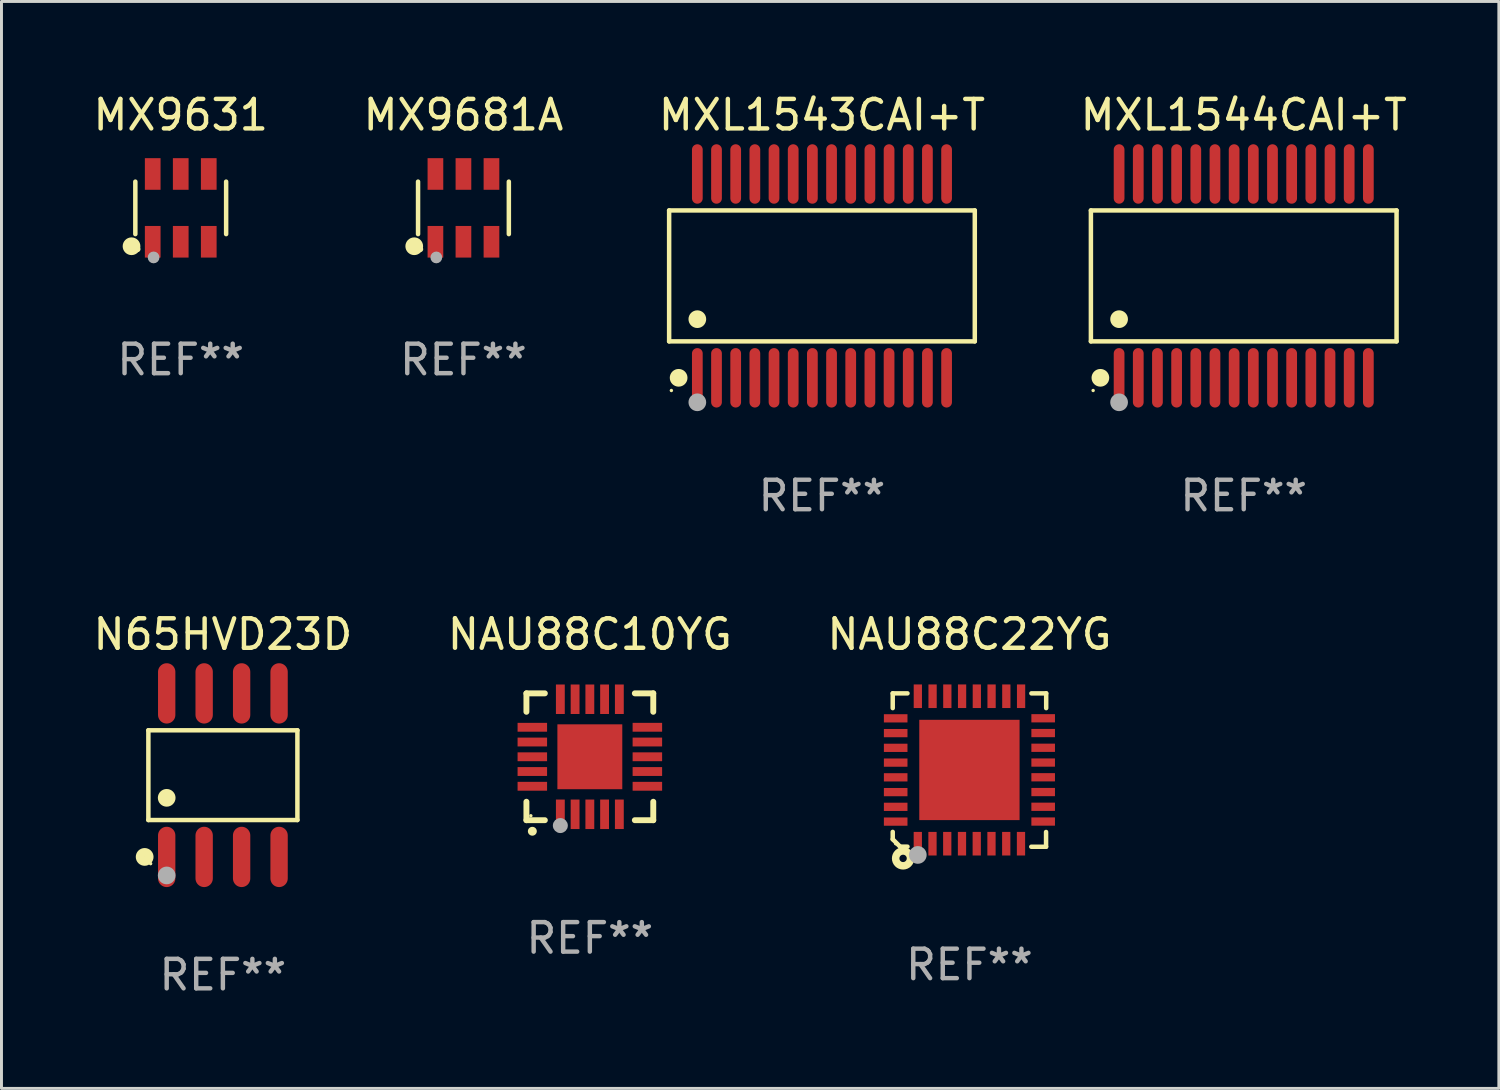
<source format=kicad_pcb>
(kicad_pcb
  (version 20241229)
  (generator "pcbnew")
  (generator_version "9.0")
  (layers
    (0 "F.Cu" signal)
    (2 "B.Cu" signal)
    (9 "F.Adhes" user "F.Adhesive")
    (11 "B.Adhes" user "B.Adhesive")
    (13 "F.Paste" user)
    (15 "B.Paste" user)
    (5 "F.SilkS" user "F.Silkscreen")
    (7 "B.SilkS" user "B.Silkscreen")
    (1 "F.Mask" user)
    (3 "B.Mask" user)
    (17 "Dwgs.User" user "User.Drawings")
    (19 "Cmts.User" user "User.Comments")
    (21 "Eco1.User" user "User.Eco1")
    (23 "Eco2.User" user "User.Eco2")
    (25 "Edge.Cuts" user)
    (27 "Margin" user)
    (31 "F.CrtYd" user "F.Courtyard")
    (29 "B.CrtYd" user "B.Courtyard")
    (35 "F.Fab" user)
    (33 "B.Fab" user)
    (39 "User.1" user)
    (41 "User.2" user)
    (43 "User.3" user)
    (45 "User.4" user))
  (footprint "MXL1544CAI+T"
    (layer "F.Cu")
    (at 39.113 6.303)
    (property "Reference" "MXL1544CAI+T" (at 0 -5.455 0) (layer "F.SilkS") (effects (font (size 1 1) (thickness 0.15))))
    (attr through_hole)
    (fp_line (start -5.181 -2.219) (end 5.181 -2.219) (stroke (width 0.152) (type solid)) (layer "F.SilkS"))
    (fp_line (start -5.181 2.219) (end -5.181 -2.219) (stroke (width 0.152) (type solid)) (layer "F.SilkS"))
    (fp_line (start 5.181 -2.219) (end 5.181 2.219) (stroke (width 0.152) (type solid)) (layer "F.SilkS"))
    (fp_line (start 5.181 2.219) (end -5.181 2.219) (stroke (width 0.152) (type solid)) (layer "F.SilkS"))
    (fp_circle (center -5.105 3.885) (end -5.075 3.885) (stroke (width 0.06) (type solid)) (fill no) (layer "F.SilkS"))
    (fp_circle (center -4.859 3.455) (end -4.709 3.455) (stroke (width 0.3) (type solid)) (fill no) (layer "F.SilkS"))
    (fp_circle (center -4.225 1.467) (end -4.075 1.467) (stroke (width 0.3) (type solid)) (fill no) (layer "F.SilkS"))
    (fp_circle (center -4.225 4.285) (end -4.075 4.285) (stroke (width 0.3) (type solid)) (fill no) (layer "F.Fab"))
    (fp_text user "REF**" (at 0 7.455 0) (layer "F.Fab") (effects (font (size 1 1) (thickness 0.15))))
    (pad "1" smd oval (at -4.225 3.455) (size 0.364 2.015) (layers "F.Cu" "F.Mask" "F.Paste"))
    (pad "2" smd oval (at -3.575 3.455) (size 0.364 2.015) (layers "F.Cu" "F.Mask" "F.Paste"))
    (pad "3" smd oval (at -2.925 3.455) (size 0.364 2.015) (layers "F.Cu" "F.Mask" "F.Paste"))
    (pad "4" smd oval (at -2.275 3.455) (size 0.364 2.015) (layers "F.Cu" "F.Mask" "F.Paste"))
    (pad "5" smd oval (at -1.625 3.455) (size 0.364 2.015) (layers "F.Cu" "F.Mask" "F.Paste"))
    (pad "6" smd oval (at -0.975 3.455) (size 0.364 2.015) (layers "F.Cu" "F.Mask" "F.Paste"))
    (pad "7" smd oval (at -0.325 3.455) (size 0.364 2.015) (layers "F.Cu" "F.Mask" "F.Paste"))
    (pad "8" smd oval (at 0.325 3.455) (size 0.364 2.015) (layers "F.Cu" "F.Mask" "F.Paste"))
    (pad "9" smd oval (at 0.975 3.455) (size 0.364 2.015) (layers "F.Cu" "F.Mask" "F.Paste"))
    (pad "10" smd oval (at 1.625 3.455) (size 0.364 2.015) (layers "F.Cu" "F.Mask" "F.Paste"))
    (pad "11" smd oval (at 2.275 3.455) (size 0.364 2.015) (layers "F.Cu" "F.Mask" "F.Paste"))
    (pad "12" smd oval (at 2.925 3.455) (size 0.364 2.015) (layers "F.Cu" "F.Mask" "F.Paste"))
    (pad "13" smd oval (at 3.575 3.455) (size 0.364 2.015) (layers "F.Cu" "F.Mask" "F.Paste"))
    (pad "14" smd oval (at 4.225 3.455) (size 0.364 2.015) (layers "F.Cu" "F.Mask" "F.Paste"))
    (pad "15" smd oval (at 4.225 -3.455) (size 0.364 2.015) (layers "F.Cu" "F.Mask" "F.Paste"))
    (pad "16" smd oval (at 3.575 -3.455) (size 0.364 2.015) (layers "F.Cu" "F.Mask" "F.Paste"))
    (pad "17" smd oval (at 2.925 -3.455) (size 0.364 2.015) (layers "F.Cu" "F.Mask" "F.Paste"))
    (pad "18" smd oval (at 2.275 -3.455) (size 0.364 2.015) (layers "F.Cu" "F.Mask" "F.Paste"))
    (pad "19" smd oval (at 1.625 -3.455) (size 0.364 2.015) (layers "F.Cu" "F.Mask" "F.Paste"))
    (pad "20" smd oval (at 0.975 -3.455) (size 0.364 2.015) (layers "F.Cu" "F.Mask" "F.Paste"))
    (pad "21" smd oval (at 0.325 -3.455) (size 0.364 2.015) (layers "F.Cu" "F.Mask" "F.Paste"))
    (pad "22" smd oval (at -0.325 -3.455) (size 0.364 2.015) (layers "F.Cu" "F.Mask" "F.Paste"))
    (pad "23" smd oval (at -0.975 -3.455) (size 0.364 2.015) (layers "F.Cu" "F.Mask" "F.Paste"))
    (pad "24" smd oval (at -1.625 -3.455) (size 0.364 2.015) (layers "F.Cu" "F.Mask" "F.Paste"))
    (pad "25" smd oval (at -2.275 -3.455) (size 0.364 2.015) (layers "F.Cu" "F.Mask" "F.Paste"))
    (pad "26" smd oval (at -2.925 -3.455) (size 0.364 2.015) (layers "F.Cu" "F.Mask" "F.Paste"))
    (pad "27" smd oval (at -3.575 -3.455) (size 0.364 2.015) (layers "F.Cu" "F.Mask" "F.Paste"))
    (pad "28" smd oval (at -4.225 -3.455) (size 0.364 2.015) (layers "F.Cu" "F.Mask" "F.Paste")))
  (footprint "NAU88C22YG"
    (layer "F.Cu")
    (at 29.815 23.055)
    (property "Reference" "NAU88C22YG" (at 0 -4.6 0) (layer "F.SilkS") (effects (font (size 1 1) (thickness 0.15))))
    (attr through_hole)
    (fp_line (start -2.601 2.097) (end -2.601 2.347) (stroke (width 0.152) (type solid)) (layer "F.SilkS"))
    (fp_line (start -2.601 2.347) (end -2.351 2.597) (stroke (width 0.152) (type solid)) (layer "F.SilkS"))
    (fp_line (start -2.601 -2.6) (end -2.601 -2.1) (stroke (width 0.152) (type solid)) (layer "F.SilkS"))
    (fp_line (start -2.601 -2.6) (end -2.101 -2.6) (stroke (width 0.152) (type solid)) (layer "F.SilkS"))
    (fp_line (start -2.351 2.597) (end -2.101 2.597) (stroke (width 0.152) (type solid)) (layer "F.SilkS"))
    (fp_line (start 2.597 2.6) (end 2.097 2.6) (stroke (width 0.152) (type solid)) (layer "F.SilkS"))
    (fp_line (start 2.597 2.6) (end 2.597 2.1) (stroke (width 0.152) (type solid)) (layer "F.SilkS"))
    (fp_line (start 2.601 -2.6) (end 2.101 -2.6) (stroke (width 0.152) (type solid)) (layer "F.SilkS"))
    (fp_line (start 2.601 -2.6) (end 2.601 -2.1) (stroke (width 0.152) (type solid)) (layer "F.SilkS"))
    (fp_circle (center -2.501 2.497) (end -2.471 2.497) (stroke (width 0.06) (type solid)) (fill no) (layer "F.SilkS"))
    (fp_circle (center -2.25 2.995) (end -2.125 2.995) (stroke (width 0.254) (type solid)) (fill no) (layer "F.SilkS"))
    (fp_circle (center -1.751 2.878) (end -1.601 2.878) (stroke (width 0.3) (type solid)) (fill no) (layer "F.Fab"))
    (fp_text user "REF**" (at 0 6.6 0) (layer "F.Fab") (effects (font (size 1 1) (thickness 0.15))))
    (pad "1" smd rect (at -1.751 2.497) (size 0.28 0.8) (layers "F.Cu" "F.Mask" "F.Paste"))
    (pad "2" smd rect (at -1.253 2.497) (size 0.28 0.8) (layers "F.Cu" "F.Mask" "F.Paste"))
    (pad "3" smd rect (at -0.753 2.497) (size 0.28 0.8) (layers "F.Cu" "F.Mask" "F.Paste"))
    (pad "4" smd rect (at -0.253 2.497) (size 0.28 0.8) (layers "F.Cu" "F.Mask" "F.Paste"))
    (pad "5" smd rect (at 0.247 2.497) (size 0.28 0.8) (layers "F.Cu" "F.Mask" "F.Paste"))
    (pad "6" smd rect (at 0.747 2.497) (size 0.28 0.8) (layers "F.Cu" "F.Mask" "F.Paste"))
    (pad "7" smd rect (at 1.247 2.497) (size 0.28 0.8) (layers "F.Cu" "F.Mask" "F.Paste"))
    (pad "8" smd rect (at 1.747 2.497) (size 0.28 0.8) (layers "F.Cu" "F.Mask" "F.Paste"))
    (pad "9" smd rect (at 2.499 1.746) (size 0.8 0.28) (layers "F.Cu" "F.Mask" "F.Paste"))
    (pad "10" smd rect (at 2.499 1.245) (size 0.8 0.28) (layers "F.Cu" "F.Mask" "F.Paste"))
    (pad "11" smd rect (at 2.499 0.746) (size 0.8 0.28) (layers "F.Cu" "F.Mask" "F.Paste"))
    (pad "12" smd rect (at 2.499 0.245) (size 0.8 0.28) (layers "F.Cu" "F.Mask" "F.Paste"))
    (pad "13" smd rect (at 2.499 -0.254) (size 0.8 0.28) (layers "F.Cu" "F.Mask" "F.Paste"))
    (pad "14" smd rect (at 2.499 -0.755) (size 0.8 0.28) (layers "F.Cu" "F.Mask" "F.Paste"))
    (pad "15" smd rect (at 2.499 -1.254) (size 0.8 0.28) (layers "F.Cu" "F.Mask" "F.Paste"))
    (pad "16" smd rect (at 2.499 -1.755) (size 0.8 0.28) (layers "F.Cu" "F.Mask" "F.Paste"))
    (pad "17" smd rect (at 1.75 -2.502) (size 0.28 0.8) (layers "F.Cu" "F.Mask" "F.Paste"))
    (pad "18" smd rect (at 1.25 -2.502) (size 0.28 0.8) (layers "F.Cu" "F.Mask" "F.Paste"))
    (pad "19" smd rect (at 0.75 -2.502) (size 0.28 0.8) (layers "F.Cu" "F.Mask" "F.Paste"))
    (pad "20" smd rect (at 0.25 -2.502) (size 0.28 0.8) (layers "F.Cu" "F.Mask" "F.Paste"))
    (pad "21" smd rect (at -0.25 -2.502) (size 0.28 0.8) (layers "F.Cu" "F.Mask" "F.Paste"))
    (pad "22" smd rect (at -0.75 -2.502) (size 0.28 0.8) (layers "F.Cu" "F.Mask" "F.Paste"))
    (pad "23" smd rect (at -1.25 -2.502) (size 0.28 0.8) (layers "F.Cu" "F.Mask" "F.Paste"))
    (pad "24" smd rect (at -1.75 -2.502) (size 0.28 0.8) (layers "F.Cu" "F.Mask" "F.Paste"))
    (pad "25" smd rect (at -2.501 -1.753) (size 0.8 0.28) (layers "F.Cu" "F.Mask" "F.Paste"))
    (pad "26" smd rect (at -2.501 -1.252) (size 0.8 0.28) (layers "F.Cu" "F.Mask" "F.Paste"))
    (pad "27" smd rect (at -2.501 -0.753) (size 0.8 0.28) (layers "F.Cu" "F.Mask" "F.Paste"))
    (pad "28" smd rect (at -2.501 -0.252) (size 0.8 0.28) (layers "F.Cu" "F.Mask" "F.Paste"))
    (pad "29" smd rect (at -2.501 0.247) (size 0.8 0.28) (layers "F.Cu" "F.Mask" "F.Paste"))
    (pad "30" smd rect (at -2.501 0.748) (size 0.8 0.28) (layers "F.Cu" "F.Mask" "F.Paste"))
    (pad "31" smd rect (at -2.501 1.247) (size 0.8 0.28) (layers "F.Cu" "F.Mask" "F.Paste"))
    (pad "32" smd rect (at -2.501 1.748) (size 0.8 0.28) (layers "F.Cu" "F.Mask" "F.Paste"))
    (pad "33" smd rect (at -0.001 -0.003 180) (size 3.4 3.4) (layers "F.Cu" "F.Mask" "F.Paste")))
  (footprint "NAU88C10YG"
    (layer "F.Cu")
    (at 16.946 22.605)
    (property "Reference" "NAU88C10YG" (at 0 -4.15 0) (layer "F.SilkS") (effects (font (size 1 1) (thickness 0.15))))
    (attr through_hole)
    (fp_line (start -2.15 -2.15) (end -2.15 -1.525) (stroke (width 0.2) (type solid)) (layer "F.SilkS"))
    (fp_line (start -2.15 2.15) (end -2.15 1.525) (stroke (width 0.2) (type solid)) (layer "F.SilkS"))
    (fp_line (start -1.525 -2.15) (end -2.15 -2.15) (stroke (width 0.2) (type solid)) (layer "F.SilkS"))
    (fp_line (start -1.525 2.15) (end -2.15 2.15) (stroke (width 0.2) (type solid)) (layer "F.SilkS"))
    (fp_line (start 1.525 2.15) (end 2.15 2.15) (stroke (width 0.2) (type solid)) (layer "F.SilkS"))
    (fp_line (start 2.15 -2.15) (end 1.525 -2.15) (stroke (width 0.2) (type solid)) (layer "F.SilkS"))
    (fp_line (start 2.15 -1.525) (end 2.15 -2.15) (stroke (width 0.2) (type solid)) (layer "F.SilkS"))
    (fp_line (start 2.15 2.15) (end 2.15 1.525) (stroke (width 0.2) (type solid)) (layer "F.SilkS"))
    (fp_arc (start -1.950724 2.524765) (mid -1.949454 2.52476) (end -1.948184 2.524765) (stroke (width 0.3) (type solid)) (layer "F.SilkS"))
    (fp_circle (center -2 2) (end -1.97 2) (stroke (width 0.06) (type solid)) (fill no) (layer "F.SilkS"))
    (fp_circle (center -1 2.332) (end -0.873 2.332) (stroke (width 0.254) (type solid)) (fill no) (layer "F.Fab"))
    (fp_text user "REF**" (at 0 6.15 0) (layer "F.Fab") (effects (font (size 1 1) (thickness 0.15))))
    (pad "1" smd rect (at -1 1.95 180) (size 0.3 1) (layers "F.Cu" "F.Mask" "F.Paste"))
    (pad "2" smd rect (at -0.5 1.95 180) (size 0.3 1) (layers "F.Cu" "F.Mask" "F.Paste"))
    (pad "3" smd rect (at 0 1.95 180) (size 0.3 1) (layers "F.Cu" "F.Mask" "F.Paste"))
    (pad "4" smd rect (at 0.5 1.95 180) (size 0.3 1) (layers "F.Cu" "F.Mask" "F.Paste"))
    (pad "5" smd rect (at 1 1.95 180) (size 0.3 1) (layers "F.Cu" "F.Mask" "F.Paste"))
    (pad "6" smd rect (at 1.95 1 90) (size 0.3 1) (layers "F.Cu" "F.Mask" "F.Paste"))
    (pad "7" smd rect (at 1.95 0.5 90) (size 0.3 1) (layers "F.Cu" "F.Mask" "F.Paste"))
    (pad "8" smd rect (at 1.95 0 90) (size 0.3 1) (layers "F.Cu" "F.Mask" "F.Paste"))
    (pad "9" smd rect (at 1.95 -0.5 90) (size 0.3 1) (layers "F.Cu" "F.Mask" "F.Paste"))
    (pad "10" smd rect (at 1.95 -1 90) (size 0.3 1) (layers "F.Cu" "F.Mask" "F.Paste"))
    (pad "11" smd rect (at 1 -1.95 180) (size 0.3 1) (layers "F.Cu" "F.Mask" "F.Paste"))
    (pad "12" smd rect (at 0.5 -1.95 180) (size 0.3 1) (layers "F.Cu" "F.Mask" "F.Paste"))
    (pad "13" smd rect (at 0 -1.95 180) (size 0.3 1) (layers "F.Cu" "F.Mask" "F.Paste"))
    (pad "14" smd rect (at -0.5 -1.95 180) (size 0.3 1) (layers "F.Cu" "F.Mask" "F.Paste"))
    (pad "15" smd rect (at -1 -1.95 180) (size 0.3 1) (layers "F.Cu" "F.Mask" "F.Paste"))
    (pad "16" smd rect (at -1.95 -1 90) (size 0.3 1) (layers "F.Cu" "F.Mask" "F.Paste"))
    (pad "17" smd rect (at -1.95 -0.5 90) (size 0.3 1) (layers "F.Cu" "F.Mask" "F.Paste"))
    (pad "18" smd rect (at -1.95 0 90) (size 0.3 1) (layers "F.Cu" "F.Mask" "F.Paste"))
    (pad "19" smd rect (at -1.95 0.5 90) (size 0.3 1) (layers "F.Cu" "F.Mask" "F.Paste"))
    (pad "20" smd rect (at -1.95 1 90) (size 0.3 1) (layers "F.Cu" "F.Mask" "F.Paste"))
    (pad "21" smd rect (at 0 0) (size 2.2 2.2) (layers "F.Cu" "F.Mask" "F.Paste")))
  (footprint "N65HVD23D"
    (layer "F.Cu")
    (at 4.506 23.228)
    (property "Reference" "N65HVD23D" (at 0 -4.772 0) (layer "F.SilkS") (effects (font (size 1 1) (thickness 0.15))))
    (attr through_hole)
    (fp_line (start -2.526 -1.521) (end 2.526 -1.521) (stroke (width 0.152) (type solid)) (layer "F.SilkS"))
    (fp_line (start -2.526 1.521) (end -2.526 -1.521) (stroke (width 0.152) (type solid)) (layer "F.SilkS"))
    (fp_line (start 2.526 -1.521) (end 2.526 1.521) (stroke (width 0.152) (type solid)) (layer "F.SilkS"))
    (fp_line (start 2.526 1.521) (end -2.526 1.521) (stroke (width 0.152) (type solid)) (layer "F.SilkS"))
    (fp_circle (center -2.652 2.772) (end -2.501 2.772) (stroke (width 0.3) (type solid)) (fill no) (layer "F.SilkS"))
    (fp_circle (center -2.45 3) (end -2.42 3) (stroke (width 0.06) (type solid)) (fill no) (layer "F.SilkS"))
    (fp_circle (center -1.905 0.769) (end -1.755 0.769) (stroke (width 0.3) (type solid)) (fill no) (layer "F.SilkS"))
    (fp_circle (center -1.905 3.4) (end -1.755 3.4) (stroke (width 0.3) (type solid)) (fill no) (layer "F.Fab"))
    (fp_text user "REF**" (at 0 6.772 0) (layer "F.Fab") (effects (font (size 1 1) (thickness 0.15))))
    (pad "1" smd oval (at -1.905 2.772) (size 0.588 2.045) (layers "F.Cu" "F.Mask" "F.Paste"))
    (pad "2" smd oval (at -0.635 2.772) (size 0.588 2.045) (layers "F.Cu" "F.Mask" "F.Paste"))
    (pad "3" smd oval (at 0.635 2.772) (size 0.588 2.045) (layers "F.Cu" "F.Mask" "F.Paste"))
    (pad "4" smd oval (at 1.905 2.772) (size 0.588 2.045) (layers "F.Cu" "F.Mask" "F.Paste"))
    (pad "5" smd oval (at 1.905 -2.772) (size 0.588 2.045) (layers "F.Cu" "F.Mask" "F.Paste"))
    (pad "6" smd oval (at 0.635 -2.772) (size 0.588 2.045) (layers "F.Cu" "F.Mask" "F.Paste"))
    (pad "7" smd oval (at -0.635 -2.772) (size 0.588 2.045) (layers "F.Cu" "F.Mask" "F.Paste"))
    (pad "8" smd oval (at -1.905 -2.772) (size 0.588 2.045) (layers "F.Cu" "F.Mask" "F.Paste")))
  (footprint "MX9631"
    (layer "F.Cu")
    (at 3.077 3.997)
    (property "Reference" "MX9631" (at 0 -3.149 0) (layer "F.SilkS") (effects (font (size 1 1) (thickness 0.15))))
    (attr through_hole)
    (fp_line (start -1.539 0.889) (end -1.539 -0.889) (stroke (width 0.152) (type solid)) (layer "F.SilkS"))
    (fp_line (start 1.539 0.889) (end 1.539 -0.889) (stroke (width 0.152) (type solid)) (layer "F.SilkS"))
    (fp_circle (center -1.668 1.301) (end -1.518 1.301) (stroke (width 0.3) (type solid)) (fill no) (layer "F.SilkS"))
    (fp_circle (center -1.463 1.4) (end -1.413 1.4) (stroke (width 0.1) (type solid)) (fill no) (layer "F.SilkS"))
    (fp_circle (center -0.92 1.68) (end -0.82 1.68) (stroke (width 0.2) (type solid)) (fill no) (layer "F.Fab"))
    (fp_text user "REF**" (at 0 5.149 0) (layer "F.Fab") (effects (font (size 1 1) (thickness 0.15))))
    (pad "1" smd rect (at -0.95 1.149) (size 0.532 1.072) (layers "F.Cu" "F.Mask" "F.Paste"))
    (pad "2" smd rect (at 0 1.149) (size 0.532 1.072) (layers "F.Cu" "F.Mask" "F.Paste"))
    (pad "3" smd rect (at 0.95 1.149) (size 0.532 1.072) (layers "F.Cu" "F.Mask" "F.Paste"))
    (pad "4" smd rect (at 0.95 -1.149) (size 0.532 1.072) (layers "F.Cu" "F.Mask" "F.Paste"))
    (pad "5" smd rect (at 0 -1.149) (size 0.532 1.072) (layers "F.Cu" "F.Mask" "F.Paste"))
    (pad "6" smd rect (at -0.95 -1.149) (size 0.532 1.072) (layers "F.Cu" "F.Mask" "F.Paste")))
  (footprint "MXL1543CAI+T"
    (layer "F.Cu")
    (at 24.815 6.303)
    (property "Reference" "MXL1543CAI+T" (at 0 -5.455 0) (layer "F.SilkS") (effects (font (size 1 1) (thickness 0.15))))
    (attr through_hole)
    (fp_line (start -5.181 -2.219) (end 5.181 -2.219) (stroke (width 0.152) (type solid)) (layer "F.SilkS"))
    (fp_line (start -5.181 2.219) (end -5.181 -2.219) (stroke (width 0.152) (type solid)) (layer "F.SilkS"))
    (fp_line (start 5.181 -2.219) (end 5.181 2.219) (stroke (width 0.152) (type solid)) (layer "F.SilkS"))
    (fp_line (start 5.181 2.219) (end -5.181 2.219) (stroke (width 0.152) (type solid)) (layer "F.SilkS"))
    (fp_circle (center -5.105 3.885) (end -5.075 3.885) (stroke (width 0.06) (type solid)) (fill no) (layer "F.SilkS"))
    (fp_circle (center -4.859 3.455) (end -4.709 3.455) (stroke (width 0.3) (type solid)) (fill no) (layer "F.SilkS"))
    (fp_circle (center -4.225 1.467) (end -4.075 1.467) (stroke (width 0.3) (type solid)) (fill no) (layer "F.SilkS"))
    (fp_circle (center -4.225 4.285) (end -4.075 4.285) (stroke (width 0.3) (type solid)) (fill no) (layer "F.Fab"))
    (fp_text user "REF**" (at 0 7.455 0) (layer "F.Fab") (effects (font (size 1 1) (thickness 0.15))))
    (pad "1" smd oval (at -4.225 3.455) (size 0.364 2.015) (layers "F.Cu" "F.Mask" "F.Paste"))
    (pad "2" smd oval (at -3.575 3.455) (size 0.364 2.015) (layers "F.Cu" "F.Mask" "F.Paste"))
    (pad "3" smd oval (at -2.925 3.455) (size 0.364 2.015) (layers "F.Cu" "F.Mask" "F.Paste"))
    (pad "4" smd oval (at -2.275 3.455) (size 0.364 2.015) (layers "F.Cu" "F.Mask" "F.Paste"))
    (pad "5" smd oval (at -1.625 3.455) (size 0.364 2.015) (layers "F.Cu" "F.Mask" "F.Paste"))
    (pad "6" smd oval (at -0.975 3.455) (size 0.364 2.015) (layers "F.Cu" "F.Mask" "F.Paste"))
    (pad "7" smd oval (at -0.325 3.455) (size 0.364 2.015) (layers "F.Cu" "F.Mask" "F.Paste"))
    (pad "8" smd oval (at 0.325 3.455) (size 0.364 2.015) (layers "F.Cu" "F.Mask" "F.Paste"))
    (pad "9" smd oval (at 0.975 3.455) (size 0.364 2.015) (layers "F.Cu" "F.Mask" "F.Paste"))
    (pad "10" smd oval (at 1.625 3.455) (size 0.364 2.015) (layers "F.Cu" "F.Mask" "F.Paste"))
    (pad "11" smd oval (at 2.275 3.455) (size 0.364 2.015) (layers "F.Cu" "F.Mask" "F.Paste"))
    (pad "12" smd oval (at 2.925 3.455) (size 0.364 2.015) (layers "F.Cu" "F.Mask" "F.Paste"))
    (pad "13" smd oval (at 3.575 3.455) (size 0.364 2.015) (layers "F.Cu" "F.Mask" "F.Paste"))
    (pad "14" smd oval (at 4.225 3.455) (size 0.364 2.015) (layers "F.Cu" "F.Mask" "F.Paste"))
    (pad "15" smd oval (at 4.225 -3.455) (size 0.364 2.015) (layers "F.Cu" "F.Mask" "F.Paste"))
    (pad "16" smd oval (at 3.575 -3.455) (size 0.364 2.015) (layers "F.Cu" "F.Mask" "F.Paste"))
    (pad "17" smd oval (at 2.925 -3.455) (size 0.364 2.015) (layers "F.Cu" "F.Mask" "F.Paste"))
    (pad "18" smd oval (at 2.275 -3.455) (size 0.364 2.015) (layers "F.Cu" "F.Mask" "F.Paste"))
    (pad "19" smd oval (at 1.625 -3.455) (size 0.364 2.015) (layers "F.Cu" "F.Mask" "F.Paste"))
    (pad "20" smd oval (at 0.975 -3.455) (size 0.364 2.015) (layers "F.Cu" "F.Mask" "F.Paste"))
    (pad "21" smd oval (at 0.325 -3.455) (size 0.364 2.015) (layers "F.Cu" "F.Mask" "F.Paste"))
    (pad "22" smd oval (at -0.325 -3.455) (size 0.364 2.015) (layers "F.Cu" "F.Mask" "F.Paste"))
    (pad "23" smd oval (at -0.975 -3.455) (size 0.364 2.015) (layers "F.Cu" "F.Mask" "F.Paste"))
    (pad "24" smd oval (at -1.625 -3.455) (size 0.364 2.015) (layers "F.Cu" "F.Mask" "F.Paste"))
    (pad "25" smd oval (at -2.275 -3.455) (size 0.364 2.015) (layers "F.Cu" "F.Mask" "F.Paste"))
    (pad "26" smd oval (at -2.925 -3.455) (size 0.364 2.015) (layers "F.Cu" "F.Mask" "F.Paste"))
    (pad "27" smd oval (at -3.575 -3.455) (size 0.364 2.015) (layers "F.Cu" "F.Mask" "F.Paste"))
    (pad "28" smd oval (at -4.225 -3.455) (size 0.364 2.015) (layers "F.Cu" "F.Mask" "F.Paste")))
  (footprint "MX9681A"
    (layer "F.Cu")
    (at 12.661 3.997)
    (property "Reference" "MX9681A" (at 0 -3.149 0) (layer "F.SilkS") (effects (font (size 1 1) (thickness 0.15))))
    (attr through_hole)
    (fp_line (start -1.539 0.889) (end -1.539 -0.889) (stroke (width 0.152) (type solid)) (layer "F.SilkS"))
    (fp_line (start 1.539 0.889) (end 1.539 -0.889) (stroke (width 0.152) (type solid)) (layer "F.SilkS"))
    (fp_circle (center -1.668 1.301) (end -1.518 1.301) (stroke (width 0.3) (type solid)) (fill no) (layer "F.SilkS"))
    (fp_circle (center -1.463 1.4) (end -1.413 1.4) (stroke (width 0.1) (type solid)) (fill no) (layer "F.SilkS"))
    (fp_circle (center -0.92 1.68) (end -0.82 1.68) (stroke (width 0.2) (type solid)) (fill no) (layer "F.Fab"))
    (fp_text user "REF**" (at 0 5.149 0) (layer "F.Fab") (effects (font (size 1 1) (thickness 0.15))))
    (pad "1" smd rect (at -0.95 1.149) (size 0.532 1.072) (layers "F.Cu" "F.Mask" "F.Paste"))
    (pad "2" smd rect (at 0 1.149) (size 0.532 1.072) (layers "F.Cu" "F.Mask" "F.Paste"))
    (pad "3" smd rect (at 0.95 1.149) (size 0.532 1.072) (layers "F.Cu" "F.Mask" "F.Paste"))
    (pad "4" smd rect (at 0.95 -1.149) (size 0.532 1.072) (layers "F.Cu" "F.Mask" "F.Paste"))
    (pad "5" smd rect (at 0 -1.149) (size 0.532 1.072) (layers "F.Cu" "F.Mask" "F.Paste"))
    (pad "6" smd rect (at -0.95 -1.149) (size 0.532 1.072) (layers "F.Cu" "F.Mask" "F.Paste")))
  (gr_rect
    (start -3 -3)
    (end 47.762 33.848)
    (stroke (width 0.1) (type default))
    (fill no)
    (layer "Edge.Cuts")))
</source>
